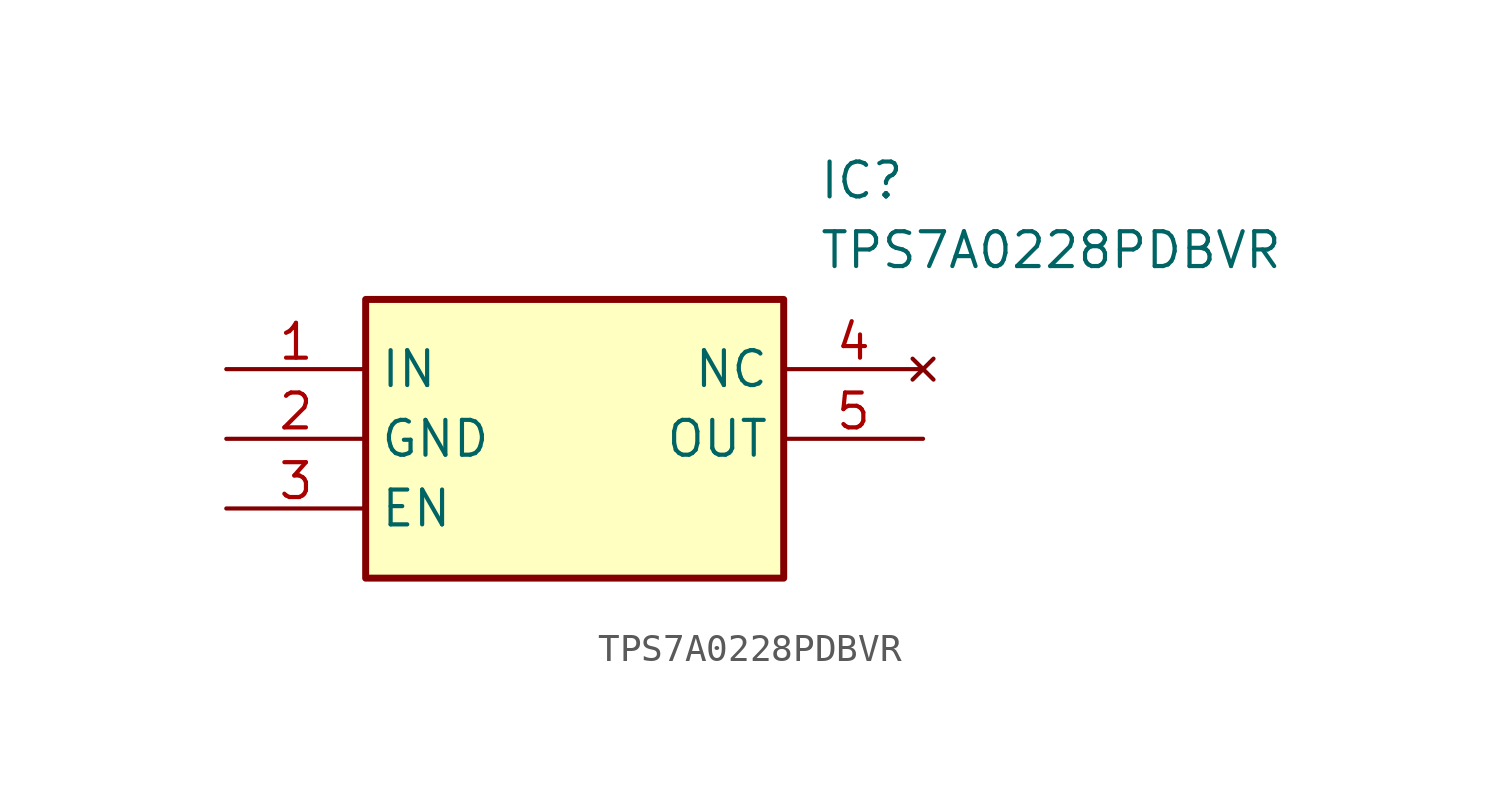
<source format=kicad_sym>
(kicad_symbol_lib
  (version 20211014)
  (generator SamacSys_ECAD_Model)
  (symbol "TPS7A0228PDBVR"
    (property "Reference" "IC"
      (at 21.59 7.62 0)
      (effects (font (size 1.27 1.27)) (justify left top)))
    (property "Value" "TPS7A0228PDBVR"
      (at 21.59 5.08 0)
      (effects (font (size 1.27 1.27)) (justify left top)))
    (rectangle
      (start 5.08 2.54)
      (end 20.32 -7.62)
      (stroke (width 0.254) (type default))
      (fill (type background)))
    (pin passive line
      (at 0 0 0)
      (length 5.08)
      (name "IN" (effects (font (size 1.27 1.27))))
      (number "1" (effects (font (size 1.27 1.27)))))
    (pin passive line
      (at 0 -2.54 0)
      (length 5.08)
      (name "GND" (effects (font (size 1.27 1.27))))
      (number "2" (effects (font (size 1.27 1.27)))))
    (pin passive line
      (at 0 -5.08 0)
      (length 5.08)
      (name "EN" (effects (font (size 1.27 1.27))))
      (number "3" (effects (font (size 1.27 1.27)))))
    (pin no_connect line
      (at 25.4 0 180)
      (length 5.08)
      (name "NC" (effects (font (size 1.27 1.27))))
      (number "4" (effects (font (size 1.27 1.27)))))
    (pin passive line
      (at 25.4 -2.54 180)
      (length 5.08)
      (name "OUT" (effects (font (size 1.27 1.27))))
      (number "5" (effects (font (size 1.27 1.27)))))))
</source>
